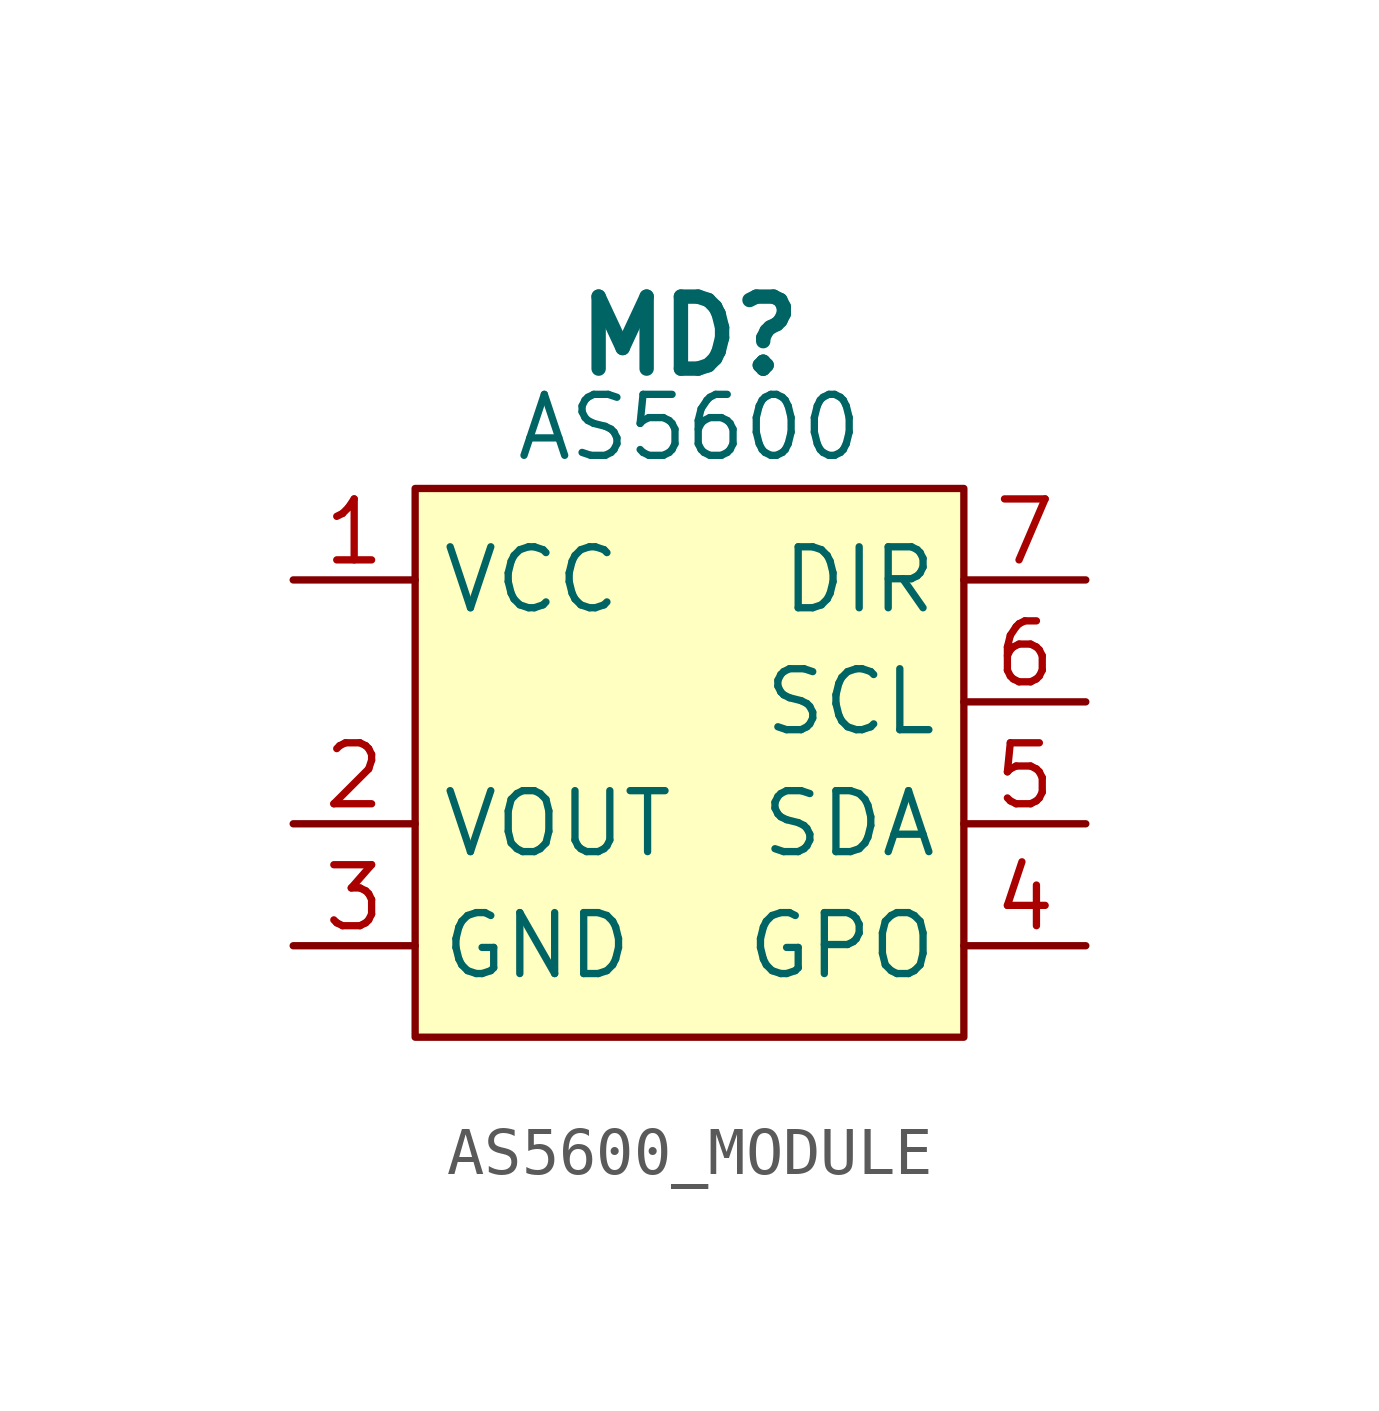
<source format=kicad_sym>
(kicad_symbol_lib
  (version 20231120)
  (generator "kicad_symbol_editor")
  (generator_version "8.0")
  (symbol "AS5600_MODULE"
    (property "Reference" "MD"
      (at 0 0 0)
      (effects (font (size 1.5 1.5) (bold yes))))
    (property "Value" "AS5600"
      (at 0 -1.905 0)
      (effects (font (size 1.27 1.27))))
    (symbol "AS5600_MODULE_1_0"
      (pin power_in line (at -8.255 -5.08 0) (length 2.54) (name "VCC" (effects (font (size 1.27 1.27)))) (number "1" (effects (font (size 1.27 1.27)))))
      (pin output line (at -8.255 -10.16 0) (length 2.54) (name "VOUT" (effects (font (size 1.27 1.27)))) (number "2" (effects (font (size 1.27 1.27)))))
      (pin passive line (at -8.255 -12.7 0) (length 2.54) (name "GND" (effects (font (size 1.27 1.27)))) (number "3" (effects (font (size 1.27 1.27)))))
      (pin bidirectional line (at 8.255 -12.7 180) (length 2.54) (name "GPO" (effects (font (size 1.27 1.27)))) (number "4" (effects (font (size 1.27 1.27)))))
      (pin bidirectional line (at 8.255 -10.16 180) (length 2.54) (name "SDA" (effects (font (size 1.27 1.27)))) (number "5" (effects (font (size 1.27 1.27)))))
      (pin input line (at 8.255 -7.62 180) (length 2.54) (name "SCL" (effects (font (size 1.27 1.27)))) (number "6" (effects (font (size 1.27 1.27)))))
      (pin output line (at 8.255 -5.08 180) (length 2.54) (name "DIR" (effects (font (size 1.27 1.27)))) (number "7" (effects (font (size 1.27 1.27))))))
    (symbol "AS5600_MODULE_1_1"
      (rectangle (start -5.715 -3.175) (end 5.715 -14.605) (stroke (width 0) (type default)) (fill (type background))))))
</source>
